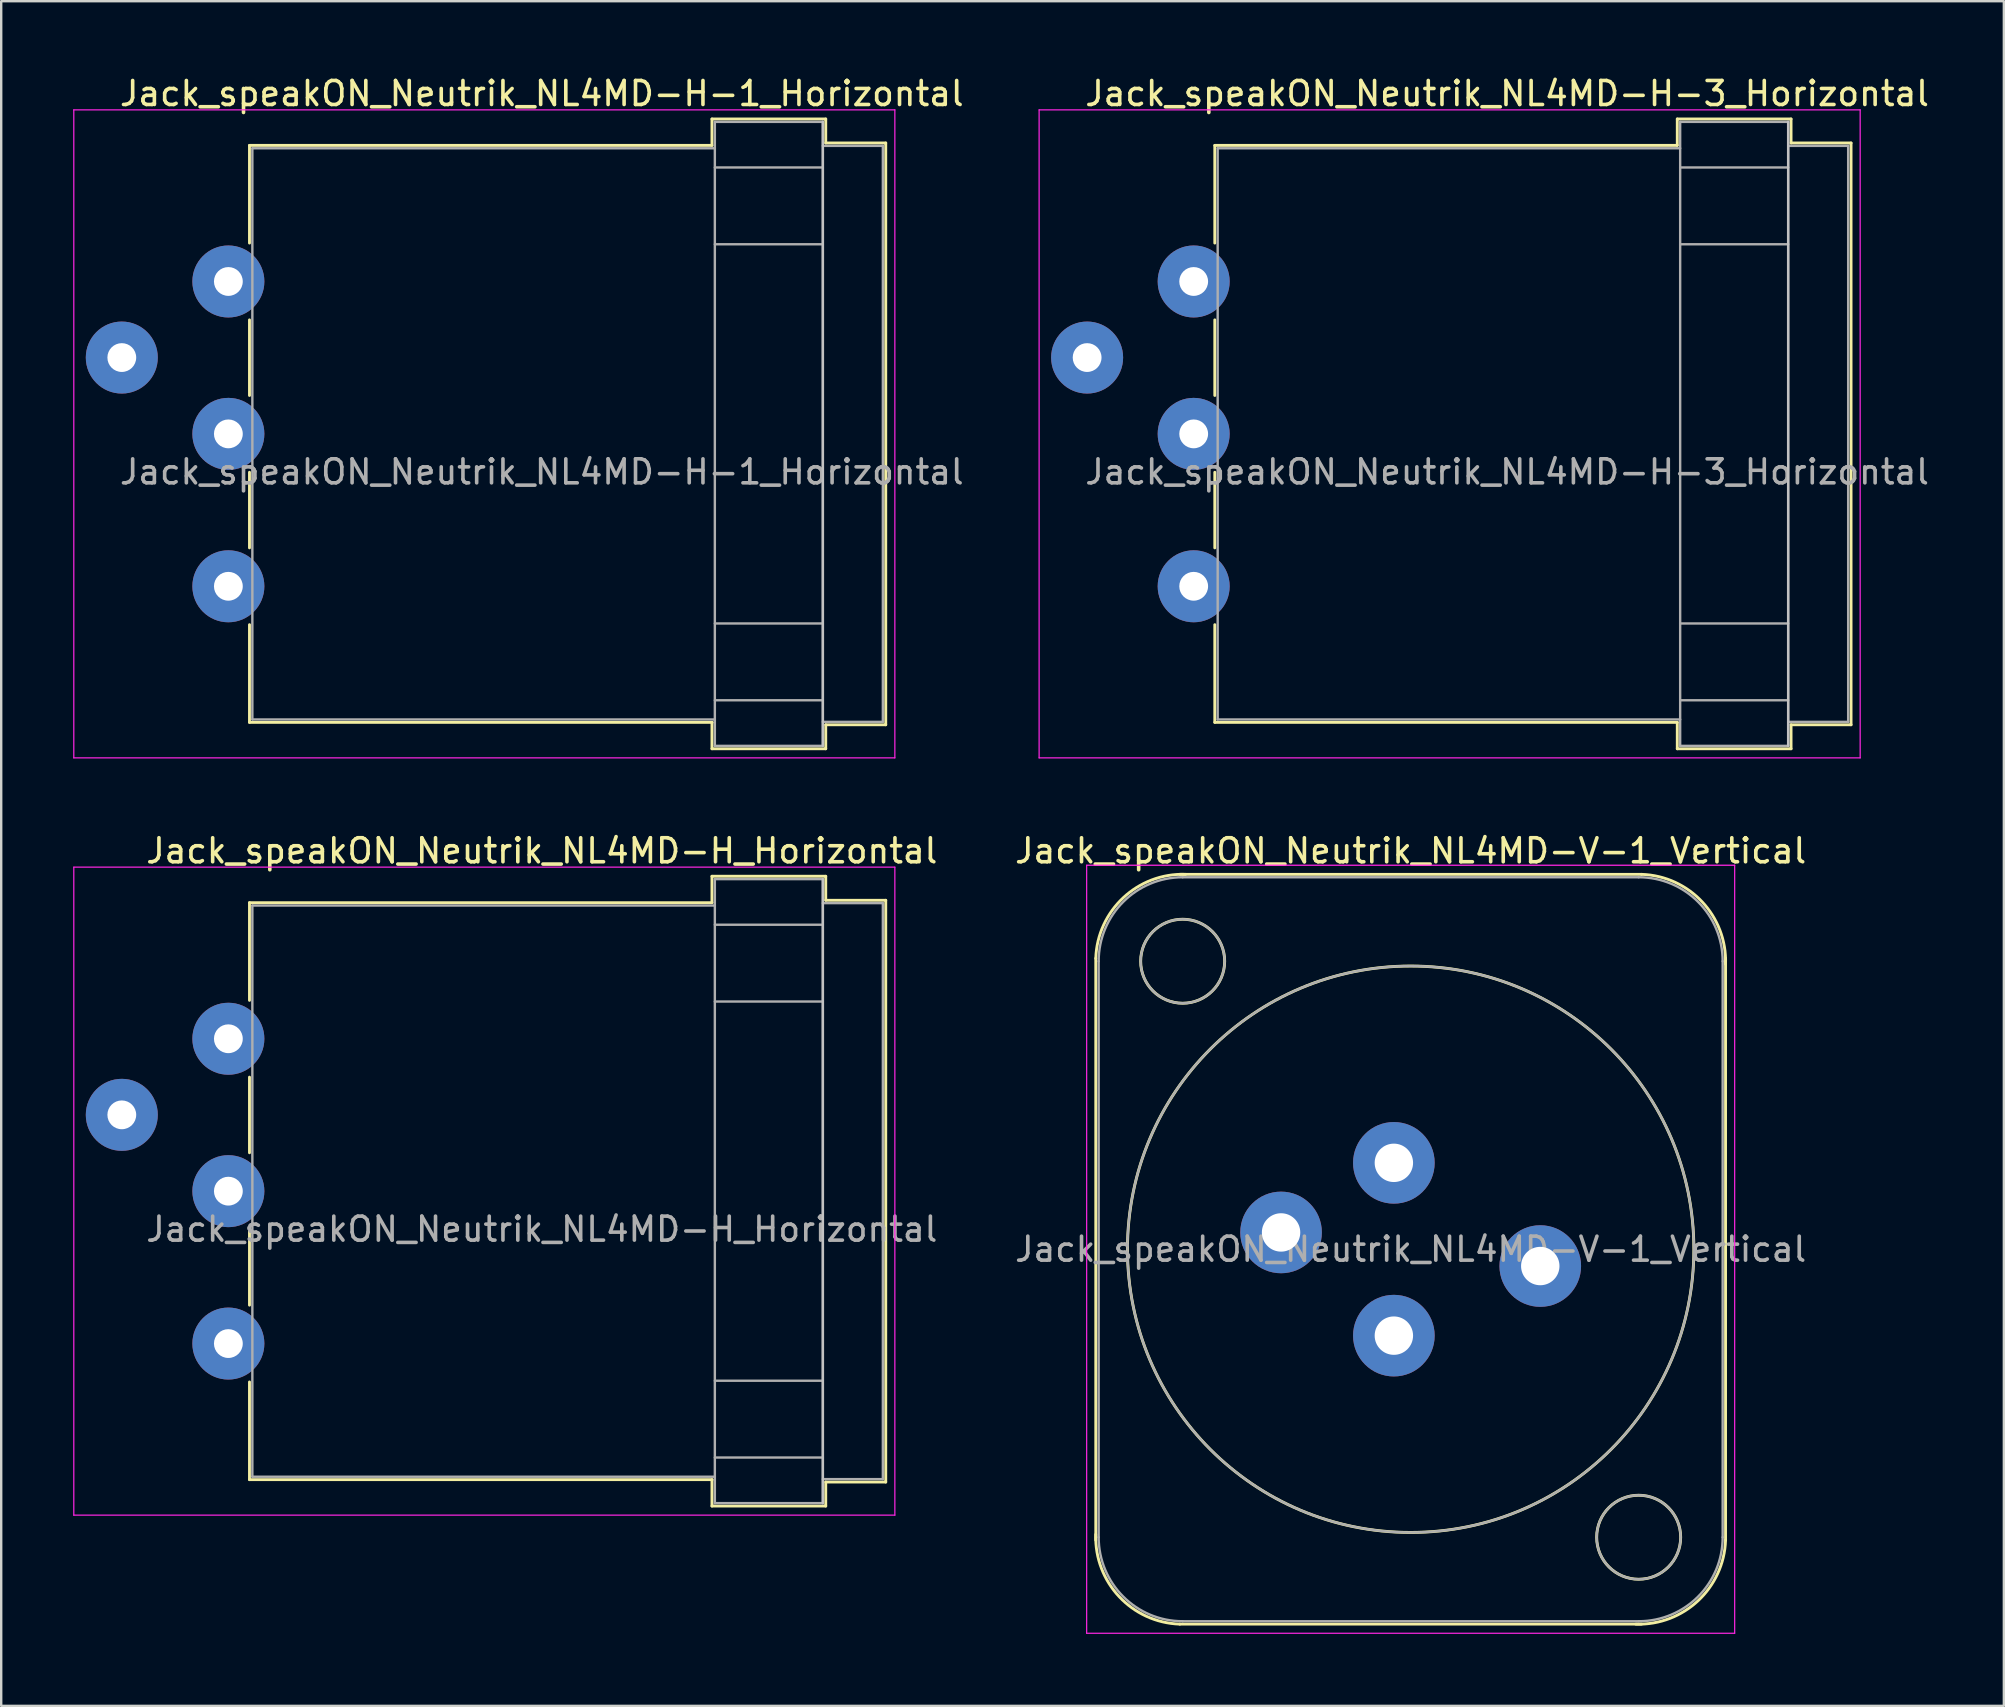
<source format=kicad_pcb>
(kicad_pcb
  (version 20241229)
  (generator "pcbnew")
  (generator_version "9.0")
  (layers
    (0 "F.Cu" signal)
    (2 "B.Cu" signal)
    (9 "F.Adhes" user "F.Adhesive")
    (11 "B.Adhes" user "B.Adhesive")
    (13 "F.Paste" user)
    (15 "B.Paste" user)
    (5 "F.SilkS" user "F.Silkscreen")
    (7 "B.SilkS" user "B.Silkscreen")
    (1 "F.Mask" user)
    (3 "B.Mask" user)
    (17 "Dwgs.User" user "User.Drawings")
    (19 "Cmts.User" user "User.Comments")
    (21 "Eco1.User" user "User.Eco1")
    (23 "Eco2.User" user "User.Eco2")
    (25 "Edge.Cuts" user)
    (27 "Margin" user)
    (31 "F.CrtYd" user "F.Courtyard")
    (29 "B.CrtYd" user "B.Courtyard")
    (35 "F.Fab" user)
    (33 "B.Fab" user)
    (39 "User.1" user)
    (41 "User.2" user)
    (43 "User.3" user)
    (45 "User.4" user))
  (footprint "Jack_speakON_Neutrik_NL4MD-H-1_Horizontal"
    (layer "F.Cu")
    (at 2.025 11.848)
    (property "Reference" "Jack_speakON_Neutrik_NL4MD-H-1_Horizontal" (at 17.5 -11 0) (layer "F.SilkS") (effects (font (size 1 1) (thickness 0.15))))
    (attr through_hole)
    (fp_line (start 5.32 -8.84) (end 24.59 -8.84) (stroke (width 0.12) (type solid)) (layer "F.SilkS"))
    (fp_line (start 5.32 -4.77) (end 5.32 -8.84) (stroke (width 0.12) (type solid)) (layer "F.SilkS"))
    (fp_line (start 5.32 1.58) (end 5.32 -1.57) (stroke (width 0.12) (type solid)) (layer "F.SilkS"))
    (fp_line (start 5.32 7.93) (end 5.32 4.78) (stroke (width 0.12) (type solid)) (layer "F.SilkS"))
    (fp_line (start 5.32 15.2) (end 5.32 11.13) (stroke (width 0.12) (type solid)) (layer "F.SilkS"))
    (fp_line (start 5.32 15.2) (end 24.6 15.2) (stroke (width 0.12) (type solid)) (layer "F.SilkS"))
    (fp_line (start 24.59 -9.94) (end 24.59 -8.84) (stroke (width 0.12) (type solid)) (layer "F.SilkS"))
    (fp_line (start 24.59 -9.94) (end 29.33 -9.94) (stroke (width 0.12) (type solid)) (layer "F.SilkS"))
    (fp_line (start 24.59 16.3) (end 24.59 15.2) (stroke (width 0.12) (type solid)) (layer "F.SilkS"))
    (fp_line (start 24.59 16.3) (end 29.33 16.3) (stroke (width 0.12) (type solid)) (layer "F.SilkS"))
    (fp_line (start 29.33 -9.94) (end 29.33 -8.94) (stroke (width 0.12) (type solid)) (layer "F.SilkS"))
    (fp_line (start 29.33 16.3) (end 29.33 15.3) (stroke (width 0.12) (type solid)) (layer "F.SilkS"))
    (fp_line (start 31.83 -8.94) (end 29.33 -8.94) (stroke (width 0.12) (type solid)) (layer "F.SilkS"))
    (fp_line (start 31.83 15.3) (end 29.33 15.3) (stroke (width 0.12) (type solid)) (layer "F.SilkS"))
    (fp_line (start 31.83 15.3) (end 31.83 -8.94) (stroke (width 0.12) (type solid)) (layer "F.SilkS"))
    (fp_line (start 29.21 16.18) (end 29.21 -9.82) (stroke (width 0.1) (type solid)) (layer "Dwgs.User"))
    (fp_line (start -2 16.68) (end -2 -10.32) (stroke (width 0.05) (type solid)) (layer "F.CrtYd"))
    (fp_line (start -2 16.68) (end 32.21 16.68) (stroke (width 0.05) (type solid)) (layer "F.CrtYd"))
    (fp_line (start 32.21 -10.32) (end -2 -10.32) (stroke (width 0.05) (type solid)) (layer "F.CrtYd"))
    (fp_line (start 32.21 -10.32) (end 32.21 16.68) (stroke (width 0.05) (type solid)) (layer "F.CrtYd"))
    (fp_line (start 5.44 -8.72) (end 24.71 -8.72) (stroke (width 0.1) (type solid)) (layer "F.Fab"))
    (fp_line (start 5.44 15.08) (end 5.44 -8.72) (stroke (width 0.1) (type solid)) (layer "F.Fab"))
    (fp_line (start 5.44 15.08) (end 24.71 15.08) (stroke (width 0.1) (type solid)) (layer "F.Fab"))
    (fp_line (start 24.71 -9.82) (end 29.21 -9.82) (stroke (width 0.1) (type solid)) (layer "F.Fab"))
    (fp_line (start 24.71 -7.92) (end 29.21 -7.92) (stroke (width 0.1) (type solid)) (layer "F.Fab"))
    (fp_line (start 24.71 -4.72) (end 29.21 -4.72) (stroke (width 0.1) (type solid)) (layer "F.Fab"))
    (fp_line (start 24.71 11.08) (end 29.21 11.08) (stroke (width 0.1) (type solid)) (layer "F.Fab"))
    (fp_line (start 24.71 14.28) (end 29.21 14.28) (stroke (width 0.1) (type solid)) (layer "F.Fab"))
    (fp_line (start 24.71 16.18) (end 24.71 -9.82) (stroke (width 0.1) (type solid)) (layer "F.Fab"))
    (fp_line (start 24.71 16.18) (end 29.21 16.18) (stroke (width 0.1) (type solid)) (layer "F.Fab"))
    (fp_line (start 29.21 16.18) (end 29.21 -9.82) (stroke (width 0.1) (type solid)) (layer "F.Fab"))
    (fp_line (start 31.71 -8.82) (end 29.21 -8.82) (stroke (width 0.1) (type solid)) (layer "F.Fab"))
    (fp_line (start 31.71 15.18) (end 29.21 15.18) (stroke (width 0.1) (type solid)) (layer "F.Fab"))
    (fp_line (start 31.71 15.18) (end 31.71 -8.82) (stroke (width 0.1) (type solid)) (layer "F.Fab"))
    (fp_text user "${REFERENCE}" (at 17.5 4.765 0) (layer "F.Fab") (effects (font (size 1 1) (thickness 0.15))))
    (pad "1+" thru_hole circle (at 0 0) (size 3 3) (drill 1.2) (layers "*.Cu" "*.Mask"))
    (pad "1-" thru_hole circle (at 4.44 9.53) (size 3 3) (drill 1.2) (layers "*.Cu" "*.Mask"))
    (pad "2+" thru_hole circle (at 4.44 3.18) (size 3 3) (drill 1.2) (layers "*.Cu" "*.Mask"))
    (pad "2-" thru_hole circle (at 4.44 -3.17) (size 3 3) (drill 1.2) (layers "*.Cu" "*.Mask")))
  (footprint "Jack_speakON_Neutrik_NL4MD-H_Horizontal"
    (layer "F.Cu")
    (at 2.025 43.401)
    (property "Reference" "Jack_speakON_Neutrik_NL4MD-H_Horizontal" (at 17.5 -11 0) (layer "F.SilkS") (effects (font (size 1 1) (thickness 0.15))))
    (attr through_hole)
    (fp_line (start 5.32 -8.84) (end 24.59 -8.84) (stroke (width 0.12) (type solid)) (layer "F.SilkS"))
    (fp_line (start 5.32 -4.77) (end 5.32 -8.84) (stroke (width 0.12) (type solid)) (layer "F.SilkS"))
    (fp_line (start 5.32 1.58) (end 5.32 -1.57) (stroke (width 0.12) (type solid)) (layer "F.SilkS"))
    (fp_line (start 5.32 7.93) (end 5.32 4.78) (stroke (width 0.12) (type solid)) (layer "F.SilkS"))
    (fp_line (start 5.32 15.2) (end 5.32 11.13) (stroke (width 0.12) (type solid)) (layer "F.SilkS"))
    (fp_line (start 5.32 15.2) (end 24.6 15.2) (stroke (width 0.12) (type solid)) (layer "F.SilkS"))
    (fp_line (start 24.59 -9.94) (end 24.59 -8.84) (stroke (width 0.12) (type solid)) (layer "F.SilkS"))
    (fp_line (start 24.59 -9.94) (end 29.33 -9.94) (stroke (width 0.12) (type solid)) (layer "F.SilkS"))
    (fp_line (start 24.59 16.3) (end 24.59 15.2) (stroke (width 0.12) (type solid)) (layer "F.SilkS"))
    (fp_line (start 24.59 16.3) (end 29.33 16.3) (stroke (width 0.12) (type solid)) (layer "F.SilkS"))
    (fp_line (start 29.33 -9.94) (end 29.33 -8.94) (stroke (width 0.12) (type solid)) (layer "F.SilkS"))
    (fp_line (start 29.33 16.3) (end 29.33 15.3) (stroke (width 0.12) (type solid)) (layer "F.SilkS"))
    (fp_line (start 31.83 -8.94) (end 29.33 -8.94) (stroke (width 0.12) (type solid)) (layer "F.SilkS"))
    (fp_line (start 31.83 15.3) (end 29.33 15.3) (stroke (width 0.12) (type solid)) (layer "F.SilkS"))
    (fp_line (start 31.83 15.3) (end 31.83 -8.94) (stroke (width 0.12) (type solid)) (layer "F.SilkS"))
    (fp_line (start 29.21 16.18) (end 29.21 -9.82) (stroke (width 0.1) (type solid)) (layer "Dwgs.User"))
    (fp_line (start -2 16.68) (end -2 -10.32) (stroke (width 0.05) (type solid)) (layer "F.CrtYd"))
    (fp_line (start -2 16.68) (end 32.21 16.68) (stroke (width 0.05) (type solid)) (layer "F.CrtYd"))
    (fp_line (start 32.21 -10.32) (end -2 -10.32) (stroke (width 0.05) (type solid)) (layer "F.CrtYd"))
    (fp_line (start 32.21 -10.32) (end 32.21 16.68) (stroke (width 0.05) (type solid)) (layer "F.CrtYd"))
    (fp_line (start 5.44 -8.72) (end 24.71 -8.72) (stroke (width 0.1) (type solid)) (layer "F.Fab"))
    (fp_line (start 5.44 15.08) (end 5.44 -8.72) (stroke (width 0.1) (type solid)) (layer "F.Fab"))
    (fp_line (start 5.44 15.08) (end 24.71 15.08) (stroke (width 0.1) (type solid)) (layer "F.Fab"))
    (fp_line (start 24.71 -9.82) (end 29.21 -9.82) (stroke (width 0.1) (type solid)) (layer "F.Fab"))
    (fp_line (start 24.71 -7.92) (end 29.21 -7.92) (stroke (width 0.1) (type solid)) (layer "F.Fab"))
    (fp_line (start 24.71 -4.72) (end 29.21 -4.72) (stroke (width 0.1) (type solid)) (layer "F.Fab"))
    (fp_line (start 24.71 11.08) (end 29.21 11.08) (stroke (width 0.1) (type solid)) (layer "F.Fab"))
    (fp_line (start 24.71 14.28) (end 29.21 14.28) (stroke (width 0.1) (type solid)) (layer "F.Fab"))
    (fp_line (start 24.71 16.18) (end 24.71 -9.82) (stroke (width 0.1) (type solid)) (layer "F.Fab"))
    (fp_line (start 24.71 16.18) (end 29.21 16.18) (stroke (width 0.1) (type solid)) (layer "F.Fab"))
    (fp_line (start 29.21 16.18) (end 29.21 -9.82) (stroke (width 0.1) (type solid)) (layer "F.Fab"))
    (fp_line (start 31.71 -8.82) (end 29.21 -8.82) (stroke (width 0.1) (type solid)) (layer "F.Fab"))
    (fp_line (start 31.71 15.18) (end 29.21 15.18) (stroke (width 0.1) (type solid)) (layer "F.Fab"))
    (fp_line (start 31.71 15.18) (end 31.71 -8.82) (stroke (width 0.1) (type solid)) (layer "F.Fab"))
    (fp_text user "${REFERENCE}" (at 17.5 4.765 0) (layer "F.Fab") (effects (font (size 1 1) (thickness 0.15))))
    (pad "1+" thru_hole circle (at 0 0) (size 3 3) (drill 1.2) (layers "*.Cu" "*.Mask"))
    (pad "1-" thru_hole circle (at 4.44 9.53) (size 3 3) (drill 1.2) (layers "*.Cu" "*.Mask"))
    (pad "2+" thru_hole circle (at 4.44 3.18) (size 3 3) (drill 1.2) (layers "*.Cu" "*.Mask"))
    (pad "2-" thru_hole circle (at 4.44 -3.17) (size 3 3) (drill 1.2) (layers "*.Cu" "*.Mask")))
  (footprint "Jack_speakON_Neutrik_NL4MD-H-3_Horizontal"
    (layer "F.Cu")
    (at 42.246 11.848)
    (property "Reference" "Jack_speakON_Neutrik_NL4MD-H-3_Horizontal" (at 17.5 -11 0) (layer "F.SilkS") (effects (font (size 1 1) (thickness 0.15))))
    (attr through_hole)
    (fp_line (start 5.32 -8.84) (end 24.59 -8.84) (stroke (width 0.12) (type solid)) (layer "F.SilkS"))
    (fp_line (start 5.32 -4.77) (end 5.32 -8.84) (stroke (width 0.12) (type solid)) (layer "F.SilkS"))
    (fp_line (start 5.32 1.58) (end 5.32 -1.57) (stroke (width 0.12) (type solid)) (layer "F.SilkS"))
    (fp_line (start 5.32 7.93) (end 5.32 4.78) (stroke (width 0.12) (type solid)) (layer "F.SilkS"))
    (fp_line (start 5.32 15.2) (end 5.32 11.13) (stroke (width 0.12) (type solid)) (layer "F.SilkS"))
    (fp_line (start 5.32 15.2) (end 24.59 15.2) (stroke (width 0.12) (type solid)) (layer "F.SilkS"))
    (fp_line (start 24.59 -9.94) (end 24.59 -8.84) (stroke (width 0.12) (type solid)) (layer "F.SilkS"))
    (fp_line (start 24.59 -9.94) (end 29.33 -9.94) (stroke (width 0.12) (type solid)) (layer "F.SilkS"))
    (fp_line (start 24.59 16.3) (end 24.59 15.2) (stroke (width 0.12) (type solid)) (layer "F.SilkS"))
    (fp_line (start 24.59 16.3) (end 29.33 16.3) (stroke (width 0.12) (type solid)) (layer "F.SilkS"))
    (fp_line (start 29.33 -9.94) (end 29.33 -8.94) (stroke (width 0.12) (type solid)) (layer "F.SilkS"))
    (fp_line (start 29.33 16.3) (end 29.33 15.3) (stroke (width 0.12) (type solid)) (layer "F.SilkS"))
    (fp_line (start 31.83 -8.94) (end 29.33 -8.94) (stroke (width 0.12) (type solid)) (layer "F.SilkS"))
    (fp_line (start 31.83 15.3) (end 29.33 15.3) (stroke (width 0.12) (type solid)) (layer "F.SilkS"))
    (fp_line (start 31.83 15.3) (end 31.83 -8.94) (stroke (width 0.12) (type solid)) (layer "F.SilkS"))
    (fp_line (start 29.21 16.18) (end 29.21 -9.82) (stroke (width 0.1) (type solid)) (layer "Dwgs.User"))
    (fp_line (start -2 16.68) (end -2 -10.32) (stroke (width 0.05) (type solid)) (layer "F.CrtYd"))
    (fp_line (start -2 16.68) (end 32.21 16.68) (stroke (width 0.05) (type solid)) (layer "F.CrtYd"))
    (fp_line (start 32.21 -10.32) (end -2 -10.32) (stroke (width 0.05) (type solid)) (layer "F.CrtYd"))
    (fp_line (start 32.21 -10.32) (end 32.21 16.68) (stroke (width 0.05) (type solid)) (layer "F.CrtYd"))
    (fp_line (start 5.44 -8.72) (end 24.71 -8.72) (stroke (width 0.1) (type solid)) (layer "F.Fab"))
    (fp_line (start 5.44 15.08) (end 5.44 -8.72) (stroke (width 0.1) (type solid)) (layer "F.Fab"))
    (fp_line (start 5.44 15.08) (end 24.71 15.08) (stroke (width 0.1) (type solid)) (layer "F.Fab"))
    (fp_line (start 24.71 -9.82) (end 29.21 -9.82) (stroke (width 0.1) (type solid)) (layer "F.Fab"))
    (fp_line (start 24.71 -7.92) (end 29.21 -7.92) (stroke (width 0.1) (type solid)) (layer "F.Fab"))
    (fp_line (start 24.71 -4.72) (end 29.21 -4.72) (stroke (width 0.1) (type solid)) (layer "F.Fab"))
    (fp_line (start 24.71 11.08) (end 29.21 11.08) (stroke (width 0.1) (type solid)) (layer "F.Fab"))
    (fp_line (start 24.71 14.28) (end 29.21 14.28) (stroke (width 0.1) (type solid)) (layer "F.Fab"))
    (fp_line (start 24.71 16.18) (end 24.71 -9.82) (stroke (width 0.1) (type solid)) (layer "F.Fab"))
    (fp_line (start 24.71 16.18) (end 29.21 16.18) (stroke (width 0.1) (type solid)) (layer "F.Fab"))
    (fp_line (start 29.21 16.18) (end 29.21 -9.82) (stroke (width 0.1) (type solid)) (layer "F.Fab"))
    (fp_line (start 31.71 -8.82) (end 29.21 -8.82) (stroke (width 0.1) (type solid)) (layer "F.Fab"))
    (fp_line (start 31.71 15.18) (end 29.21 15.18) (stroke (width 0.1) (type solid)) (layer "F.Fab"))
    (fp_line (start 31.71 15.18) (end 31.71 -8.82) (stroke (width 0.1) (type solid)) (layer "F.Fab"))
    (fp_text user "${REFERENCE}" (at 17.5 4.765 0) (layer "F.Fab") (effects (font (size 1 1) (thickness 0.15))))
    (pad "1+" thru_hole circle (at 0 0) (size 3 3) (drill 1.2) (layers "*.Cu" "*.Mask"))
    (pad "1-" thru_hole circle (at 4.44 9.53) (size 3 3) (drill 1.2) (layers "*.Cu" "*.Mask"))
    (pad "2+" thru_hole circle (at 4.44 3.18) (size 3 3) (drill 1.2) (layers "*.Cu" "*.Mask"))
    (pad "2-" thru_hole circle (at 4.44 -3.17) (size 3 3) (drill 1.2) (layers "*.Cu" "*.Mask")))
  (footprint "Jack_speakON_Neutrik_NL4MD-V-1_Vertical"
    (layer "F.Cu")
    (at 55.027 45.401)
    (property "Reference" "Jack_speakON_Neutrik_NL4MD-V-1_Vertical" (at 0.7 -13 0) (layer "F.SilkS") (effects (font (size 1 1) (thickness 0.15))))
    (attr through_hole)
    (fp_line (start -12.42 15.72) (end -12.42 -8.52) (stroke (width 0.12) (type solid)) (layer "F.SilkS"))
    (fp_line (start -8.92 -12.02) (end 10.32 -12.02) (stroke (width 0.12) (type solid)) (layer "F.SilkS"))
    (fp_line (start -8.92 19.22) (end 10.32 19.22) (stroke (width 0.12) (type solid)) (layer "F.SilkS"))
    (fp_line (start 13.82 15.72) (end 13.82 -8.52) (stroke (width 0.12) (type solid)) (layer "F.SilkS"))
    (fp_arc (start -12.42 -8.52) (mid -11.274874 -11.044579) (end -8.68 -12.02) (stroke (width 0.12) (type solid)) (layer "F.SilkS"))
    (fp_arc (start -8.92 19.22) (mid -11.444579 18.074874) (end -12.42 15.48) (stroke (width 0.12) (type solid)) (layer "F.SilkS"))
    (fp_arc (start 10.32 -12.02) (mid 12.844579 -10.874874) (end 13.82 -8.28) (stroke (width 0.12) (type solid)) (layer "F.SilkS"))
    (fp_arc (start 13.82 15.72) (mid 12.674874 18.244579) (end 10.08 19.22) (stroke (width 0.12) (type solid)) (layer "F.SilkS"))
    (fp_circle (center -8.8 -8.4) (end -7.05 -8.4) (stroke (width 0.12) (type solid)) (fill no) (layer "F.SilkS"))
    (fp_circle (center 0.7 3.6) (end 12.5 3.6) (stroke (width 0.12) (type solid)) (fill no) (layer "F.SilkS"))
    (fp_circle (center 10.2 15.6) (end 11.95 15.6) (stroke (width 0.12) (type solid)) (fill no) (layer "F.SilkS"))
    (fp_line (start -12.8 -12.4) (end 14.2 -12.4) (stroke (width 0.05) (type solid)) (layer "F.CrtYd"))
    (fp_line (start -12.8 19.6) (end -12.8 -12.4) (stroke (width 0.05) (type solid)) (layer "F.CrtYd"))
    (fp_line (start -12.8 19.6) (end 14.2 19.6) (stroke (width 0.05) (type solid)) (layer "F.CrtYd"))
    (fp_line (start 14.2 19.6) (end 14.2 -12.4) (stroke (width 0.05) (type solid)) (layer "F.CrtYd"))
    (fp_line (start -12.3 15.6) (end -12.3 -8.4) (stroke (width 0.1) (type solid)) (layer "F.Fab"))
    (fp_line (start -8.8 -11.9) (end 10.2 -11.9) (stroke (width 0.1) (type solid)) (layer "F.Fab"))
    (fp_line (start -8.8 19.1) (end 10.2 19.1) (stroke (width 0.1) (type solid)) (layer "F.Fab"))
    (fp_line (start 13.7 15.6) (end 13.7 -8.4) (stroke (width 0.1) (type solid)) (layer "F.Fab"))
    (fp_arc (start -12.3 -8.4) (mid -11.274874 -10.874874) (end -8.8 -11.9) (stroke (width 0.1) (type solid)) (layer "F.Fab"))
    (fp_arc (start -8.8 19.1) (mid -11.274874 18.074874) (end -12.3 15.6) (stroke (width 0.1) (type solid)) (layer "F.Fab"))
    (fp_arc (start 10.2 -11.9) (mid 12.674874 -10.874874) (end 13.7 -8.4) (stroke (width 0.1) (type solid)) (layer "F.Fab"))
    (fp_arc (start 13.7 15.6) (mid 12.674874 18.074874) (end 10.2 19.1) (stroke (width 0.1) (type solid)) (layer "F.Fab"))
    (fp_circle (center -8.8 -8.4) (end -7.05 -8.4) (stroke (width 0.1) (type solid)) (fill no) (layer "F.Fab"))
    (fp_circle (center 0.7 3.6) (end 12.5 3.6) (stroke (width 0.1) (type solid)) (fill no) (layer "F.Fab"))
    (fp_circle (center 10.2 15.6) (end 8.45 15.6) (stroke (width 0.1) (type solid)) (fill no) (layer "F.Fab"))
    (fp_text user "${REFERENCE}" (at 0.7 3.6 0) (layer "F.Fab") (effects (font (size 1 1) (thickness 0.15))))
    (pad "1+" thru_hole circle (at 0 0) (size 3.4 3.4) (drill 1.6) (layers "*.Cu" "*.Mask"))
    (pad "1-" thru_hole circle (at -4.7 2.9) (size 3.4 3.4) (drill 1.6) (layers "*.Cu" "*.Mask"))
    (pad "2+" thru_hole circle (at 0 7.2) (size 3.4 3.4) (drill 1.6) (layers "*.Cu" "*.Mask"))
    (pad "2-" thru_hole circle (at 6.1 4.3) (size 3.4 3.4) (drill 1.6) (layers "*.Cu" "*.Mask")))
  (gr_rect
    (start -3 -3)
    (end 80.443 68.026)
    (stroke (width 0.1) (type default))
    (fill no)
    (layer "Edge.Cuts")))
</source>
